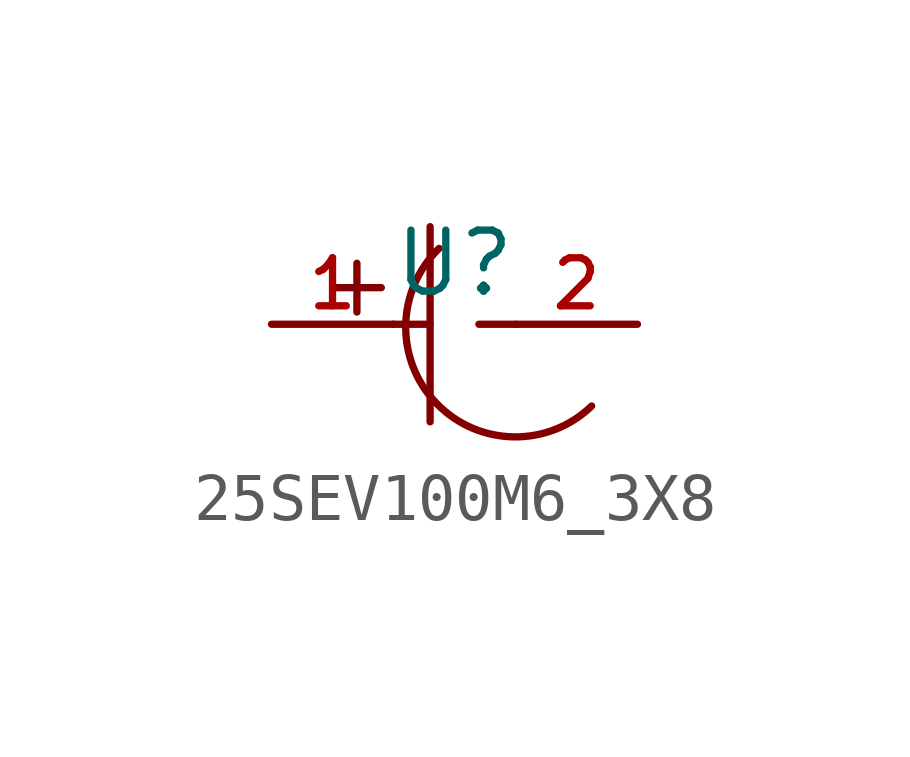
<source format=kicad_sym>
(kicad_symbol_lib
  (version 20210201)
  (generator TousstNicolas/JLC2KiCad_lib)
  (symbol "25SEV100M6_3X8"
    (pin_names hide)
    (property "Reference" "U"
      (at 0 1.27 0)
      (effects (font (size 1.27 1.27))))
    (symbol "25SEV100M6_3X8_0_1"
      (polyline (pts (xy -0.508 2.032) (xy -0.508 -2.032)) (stroke (width 0) (type default) (color 0 0 0 0)) (fill (type none)))
      (pin input line (at -3.81 -0.0 0) (length 2.54) (name "1" (effects (font (size 1 1)))) (number "1" (effects (font (size 1 1)))))
      (pin input line (at 3.81 -0.0 180) (length 2.54) (name "2" (effects (font (size 1 1)))) (number "2" (effects (font (size 1 1)))))
      (polyline (pts (xy -1.27 -0.0) (xy -0.508 -0.0)) (stroke (width 0) (type default) (color 0 0 0 0)) (fill (type none)))
      (polyline (pts (xy 0.508 -0.0) (xy 1.27 -0.0)) (stroke (width 0) (type default) (color 0 0 0 0)) (fill (type none)))
      (arc (start 2.8564835439492002 -1.7022661612919765) (mid -0.3760025087646711 -1.6506161322143769) (end -0.3243524796870717 1.5818699204994944) (stroke (width 0) (type default) (color 0 0 0 0)) (fill (type none)))
      (polyline (pts (xy -2.54 0.762) (xy -1.524 0.762)) (stroke (width 0) (type default) (color 0 0 0 0)) (fill (type none)))
      (polyline (pts (xy -2.032 1.27) (xy -2.032 0.254)) (stroke (width 0) (type default) (color 0 0 0 0)) (fill (type none))))))
</source>
